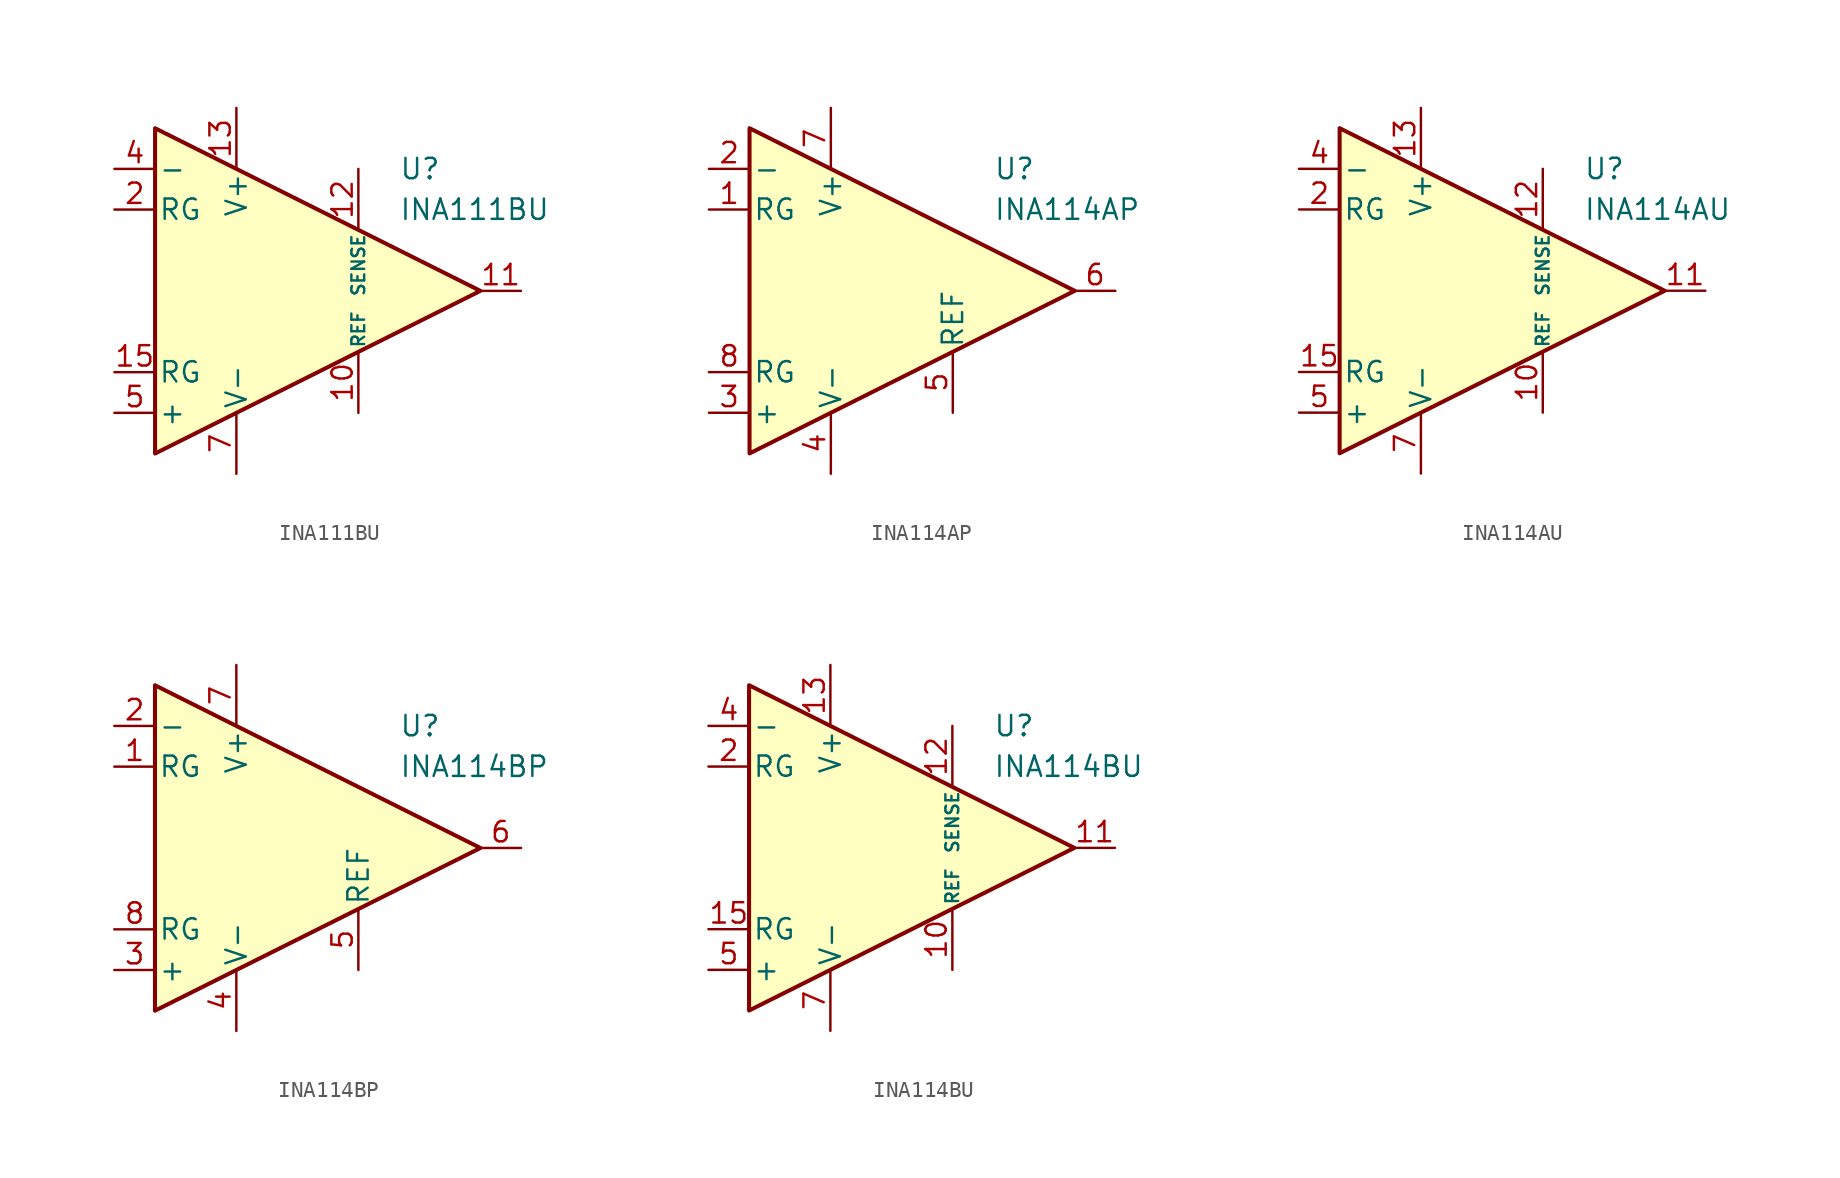
<source format=kicad_sym>
(kicad_symbol_lib
  (version 20211014)
  (generator kicad_symbol_editor)
  (symbol "INA111BU"
    (pin_names
      (offset 0.2))
    (property "Reference" "U"
      (at 6.35 7.62 0)
      (effects (font (size 1.27 1.27)) (justify left)))
    (property "Value" "INA111BU"
      (at 6.35 5.08 0)
      (effects (font (size 1.27 1.27)) (justify left)))
    (symbol "INA111BU_0_1"
      (polyline (pts (xy -8.89 10.16) (xy -8.89 -10.16) (xy 11.43 0) (xy -8.89 10.16)) (stroke (width 0.254) (type default) (color 0 0 0 0)) (fill (type background))))
    (symbol "INA111BU_1_1"
      (pin no_connect line (at -6.35 3.81 0) (length 2.54) hide (name "NC" (effects (font (size 1.27 1.27)))) (number "1" (effects (font (size 1.27 1.27)))))
      (pin input line (at 3.81 -7.62 90) (length 3.81) (name "REF" (effects (font (size 0.8 0.8)))) (number "10" (effects (font (size 1.27 1.27)))))
      (pin output line (at 13.97 0 180) (length 2.54) (name "~" (effects (font (size 1.27 1.27)))) (number "11" (effects (font (size 1.27 1.27)))))
      (pin input line (at 3.81 7.62 270) (length 3.81) (name "SENSE" (effects (font (size 0.8 0.8)))) (number "12" (effects (font (size 1.27 1.27)))))
      (pin power_in line (at -3.81 11.43 270) (length 3.81) (name "V+" (effects (font (size 1.27 1.27)))) (number "13" (effects (font (size 1.27 1.27)))))
      (pin no_connect line (at -2.54 0 0) (length 2.54) hide (name "NC" (effects (font (size 1.27 1.27)))) (number "14" (effects (font (size 1.27 1.27)))))
      (pin passive line (at -11.43 -5.08 0) (length 2.54) (name "RG" (effects (font (size 1.27 1.27)))) (number "15" (effects (font (size 1.27 1.27)))))
      (pin no_connect line (at -2.54 -2.54 0) (length 2.54) hide (name "NC" (effects (font (size 1.27 1.27)))) (number "16" (effects (font (size 1.27 1.27)))))
      (pin passive line (at -11.43 5.08 0) (length 2.54) (name "RG" (effects (font (size 1.27 1.27)))) (number "2" (effects (font (size 1.27 1.27)))))
      (pin no_connect line (at -6.35 1.27 0) (length 2.54) hide (name "NC" (effects (font (size 1.27 1.27)))) (number "3" (effects (font (size 1.27 1.27)))))
      (pin input line (at -11.43 7.62 0) (length 2.54) (name "-" (effects (font (size 1.27 1.27)))) (number "4" (effects (font (size 1.27 1.27)))))
      (pin input line (at -11.43 -7.62 0) (length 2.54) (name "+" (effects (font (size 1.27 1.27)))) (number "5" (effects (font (size 1.27 1.27)))))
      (pin no_connect line (at -6.35 -1.27 0) (length 2.54) hide (name "NC" (effects (font (size 1.27 1.27)))) (number "6" (effects (font (size 1.27 1.27)))))
      (pin power_in line (at -3.81 -11.43 90) (length 3.81) (name "V-" (effects (font (size 1.27 1.27)))) (number "7" (effects (font (size 1.27 1.27)))))
      (pin no_connect line (at -6.35 -3.81 0) (length 2.54) hide (name "NC" (effects (font (size 1.27 1.27)))) (number "8" (effects (font (size 1.27 1.27)))))
      (pin no_connect line (at -2.54 2.54 0) (length 2.54) hide (name "NC" (effects (font (size 1.27 1.27)))) (number "9" (effects (font (size 1.27 1.27)))))))
  (symbol "INA114AP"
    (pin_names
      (offset 0.2))
    (property "Reference" "U"
      (at 6.35 7.62 0)
      (effects (font (size 1.27 1.27)) (justify left)))
    (property "Value" "INA114AP"
      (at 6.35 5.08 0)
      (effects (font (size 1.27 1.27)) (justify left)))
    (symbol "INA114AP_0_1"
      (polyline (pts (xy -8.89 10.16) (xy -8.89 -10.16) (xy 11.43 0) (xy -8.89 10.16)) (stroke (width 0.254) (type default) (color 0 0 0 0)) (fill (type background))))
    (symbol "INA114AP_1_1"
      (pin passive line (at -11.43 5.08 0) (length 2.54) (name "RG" (effects (font (size 1.27 1.27)))) (number "1" (effects (font (size 1.27 1.27)))))
      (pin input line (at -11.43 7.62 0) (length 2.54) (name "-" (effects (font (size 1.27 1.27)))) (number "2" (effects (font (size 1.27 1.27)))))
      (pin input line (at -11.43 -7.62 0) (length 2.54) (name "+" (effects (font (size 1.27 1.27)))) (number "3" (effects (font (size 1.27 1.27)))))
      (pin power_in line (at -3.81 -11.43 90) (length 3.81) (name "V-" (effects (font (size 1.27 1.27)))) (number "4" (effects (font (size 1.27 1.27)))))
      (pin input line (at 3.81 -7.62 90) (length 3.81) (name "REF" (effects (font (size 1.27 1.27)))) (number "5" (effects (font (size 1.27 1.27)))))
      (pin output line (at 13.97 0 180) (length 2.54) (name "~" (effects (font (size 1.27 1.27)))) (number "6" (effects (font (size 1.27 1.27)))))
      (pin power_in line (at -3.81 11.43 270) (length 3.81) (name "V+" (effects (font (size 1.27 1.27)))) (number "7" (effects (font (size 1.27 1.27)))))
      (pin passive line (at -11.43 -5.08 0) (length 2.54) (name "RG" (effects (font (size 1.27 1.27)))) (number "8" (effects (font (size 1.27 1.27)))))))
  (symbol "INA114AU"
    (pin_names
      (offset 0.2))
    (property "Reference" "U"
      (at 6.35 7.62 0)
      (effects (font (size 1.27 1.27)) (justify left)))
    (property "Value" "INA114AU"
      (at 6.35 5.08 0)
      (effects (font (size 1.27 1.27)) (justify left)))
    (symbol "INA114AU_0_1"
      (polyline (pts (xy -8.89 10.16) (xy -8.89 -10.16) (xy 11.43 0) (xy -8.89 10.16)) (stroke (width 0.254) (type default) (color 0 0 0 0)) (fill (type background))))
    (symbol "INA114AU_1_1"
      (pin no_connect line (at -6.35 3.81 0) (length 2.54) hide (name "NC" (effects (font (size 1.27 1.27)))) (number "1" (effects (font (size 1.27 1.27)))))
      (pin input line (at 3.81 -7.62 90) (length 3.81) (name "REF" (effects (font (size 0.8 0.8)))) (number "10" (effects (font (size 1.27 1.27)))))
      (pin output line (at 13.97 0 180) (length 2.54) (name "~" (effects (font (size 1.27 1.27)))) (number "11" (effects (font (size 1.27 1.27)))))
      (pin input line (at 3.81 7.62 270) (length 3.81) (name "SENSE" (effects (font (size 0.8 0.8)))) (number "12" (effects (font (size 1.27 1.27)))))
      (pin power_in line (at -3.81 11.43 270) (length 3.81) (name "V+" (effects (font (size 1.27 1.27)))) (number "13" (effects (font (size 1.27 1.27)))))
      (pin no_connect line (at -2.54 0 0) (length 2.54) hide (name "NC" (effects (font (size 1.27 1.27)))) (number "14" (effects (font (size 1.27 1.27)))))
      (pin passive line (at -11.43 -5.08 0) (length 2.54) (name "RG" (effects (font (size 1.27 1.27)))) (number "15" (effects (font (size 1.27 1.27)))))
      (pin no_connect line (at -2.54 -2.54 0) (length 2.54) hide (name "NC" (effects (font (size 1.27 1.27)))) (number "16" (effects (font (size 1.27 1.27)))))
      (pin passive line (at -11.43 5.08 0) (length 2.54) (name "RG" (effects (font (size 1.27 1.27)))) (number "2" (effects (font (size 1.27 1.27)))))
      (pin no_connect line (at -6.35 1.27 0) (length 2.54) hide (name "NC" (effects (font (size 1.27 1.27)))) (number "3" (effects (font (size 1.27 1.27)))))
      (pin input line (at -11.43 7.62 0) (length 2.54) (name "-" (effects (font (size 1.27 1.27)))) (number "4" (effects (font (size 1.27 1.27)))))
      (pin input line (at -11.43 -7.62 0) (length 2.54) (name "+" (effects (font (size 1.27 1.27)))) (number "5" (effects (font (size 1.27 1.27)))))
      (pin no_connect line (at -6.35 -1.27 0) (length 2.54) hide (name "NC" (effects (font (size 1.27 1.27)))) (number "6" (effects (font (size 1.27 1.27)))))
      (pin power_in line (at -3.81 -11.43 90) (length 3.81) (name "V-" (effects (font (size 1.27 1.27)))) (number "7" (effects (font (size 1.27 1.27)))))
      (pin no_connect line (at -6.35 -3.81 0) (length 2.54) hide (name "NC" (effects (font (size 1.27 1.27)))) (number "8" (effects (font (size 1.27 1.27)))))
      (pin no_connect line (at -2.54 2.54 0) (length 2.54) hide (name "NC" (effects (font (size 1.27 1.27)))) (number "9" (effects (font (size 1.27 1.27)))))))
  (symbol "INA114BP"
    (pin_names
      (offset 0.2))
    (property "Reference" "U"
      (at 6.35 7.62 0)
      (effects (font (size 1.27 1.27)) (justify left)))
    (property "Value" "INA114BP"
      (at 6.35 5.08 0)
      (effects (font (size 1.27 1.27)) (justify left)))
    (symbol "INA114BP_0_1"
      (polyline (pts (xy -8.89 10.16) (xy -8.89 -10.16) (xy 11.43 0) (xy -8.89 10.16)) (stroke (width 0.254) (type default) (color 0 0 0 0)) (fill (type background))))
    (symbol "INA114BP_1_1"
      (pin passive line (at -11.43 5.08 0) (length 2.54) (name "RG" (effects (font (size 1.27 1.27)))) (number "1" (effects (font (size 1.27 1.27)))))
      (pin input line (at -11.43 7.62 0) (length 2.54) (name "-" (effects (font (size 1.27 1.27)))) (number "2" (effects (font (size 1.27 1.27)))))
      (pin input line (at -11.43 -7.62 0) (length 2.54) (name "+" (effects (font (size 1.27 1.27)))) (number "3" (effects (font (size 1.27 1.27)))))
      (pin power_in line (at -3.81 -11.43 90) (length 3.81) (name "V-" (effects (font (size 1.27 1.27)))) (number "4" (effects (font (size 1.27 1.27)))))
      (pin input line (at 3.81 -7.62 90) (length 3.81) (name "REF" (effects (font (size 1.27 1.27)))) (number "5" (effects (font (size 1.27 1.27)))))
      (pin output line (at 13.97 0 180) (length 2.54) (name "~" (effects (font (size 1.27 1.27)))) (number "6" (effects (font (size 1.27 1.27)))))
      (pin power_in line (at -3.81 11.43 270) (length 3.81) (name "V+" (effects (font (size 1.27 1.27)))) (number "7" (effects (font (size 1.27 1.27)))))
      (pin passive line (at -11.43 -5.08 0) (length 2.54) (name "RG" (effects (font (size 1.27 1.27)))) (number "8" (effects (font (size 1.27 1.27)))))))
  (symbol "INA114BU"
    (pin_names
      (offset 0.2))
    (property "Reference" "U"
      (at 6.35 7.62 0)
      (effects (font (size 1.27 1.27)) (justify left)))
    (property "Value" "INA114BU"
      (at 6.35 5.08 0)
      (effects (font (size 1.27 1.27)) (justify left)))
    (symbol "INA114BU_0_1"
      (polyline (pts (xy -8.89 10.16) (xy -8.89 -10.16) (xy 11.43 0) (xy -8.89 10.16)) (stroke (width 0.254) (type default) (color 0 0 0 0)) (fill (type background))))
    (symbol "INA114BU_1_1"
      (pin no_connect line (at -6.35 3.81 0) (length 2.54) hide (name "NC" (effects (font (size 1.27 1.27)))) (number "1" (effects (font (size 1.27 1.27)))))
      (pin input line (at 3.81 -7.62 90) (length 3.81) (name "REF" (effects (font (size 0.8 0.8)))) (number "10" (effects (font (size 1.27 1.27)))))
      (pin output line (at 13.97 0 180) (length 2.54) (name "~" (effects (font (size 1.27 1.27)))) (number "11" (effects (font (size 1.27 1.27)))))
      (pin input line (at 3.81 7.62 270) (length 3.81) (name "SENSE" (effects (font (size 0.8 0.8)))) (number "12" (effects (font (size 1.27 1.27)))))
      (pin power_in line (at -3.81 11.43 270) (length 3.81) (name "V+" (effects (font (size 1.27 1.27)))) (number "13" (effects (font (size 1.27 1.27)))))
      (pin no_connect line (at -2.54 0 0) (length 2.54) hide (name "NC" (effects (font (size 1.27 1.27)))) (number "14" (effects (font (size 1.27 1.27)))))
      (pin passive line (at -11.43 -5.08 0) (length 2.54) (name "RG" (effects (font (size 1.27 1.27)))) (number "15" (effects (font (size 1.27 1.27)))))
      (pin no_connect line (at -2.54 -2.54 0) (length 2.54) hide (name "NC" (effects (font (size 1.27 1.27)))) (number "16" (effects (font (size 1.27 1.27)))))
      (pin passive line (at -11.43 5.08 0) (length 2.54) (name "RG" (effects (font (size 1.27 1.27)))) (number "2" (effects (font (size 1.27 1.27)))))
      (pin no_connect line (at -6.35 1.27 0) (length 2.54) hide (name "NC" (effects (font (size 1.27 1.27)))) (number "3" (effects (font (size 1.27 1.27)))))
      (pin input line (at -11.43 7.62 0) (length 2.54) (name "-" (effects (font (size 1.27 1.27)))) (number "4" (effects (font (size 1.27 1.27)))))
      (pin input line (at -11.43 -7.62 0) (length 2.54) (name "+" (effects (font (size 1.27 1.27)))) (number "5" (effects (font (size 1.27 1.27)))))
      (pin no_connect line (at -6.35 -1.27 0) (length 2.54) hide (name "NC" (effects (font (size 1.27 1.27)))) (number "6" (effects (font (size 1.27 1.27)))))
      (pin power_in line (at -3.81 -11.43 90) (length 3.81) (name "V-" (effects (font (size 1.27 1.27)))) (number "7" (effects (font (size 1.27 1.27)))))
      (pin no_connect line (at -6.35 -3.81 0) (length 2.54) hide (name "NC" (effects (font (size 1.27 1.27)))) (number "8" (effects (font (size 1.27 1.27)))))
      (pin no_connect line (at -2.54 2.54 0) (length 2.54) hide (name "NC" (effects (font (size 1.27 1.27)))) (number "9" (effects (font (size 1.27 1.27))))))))
</source>
